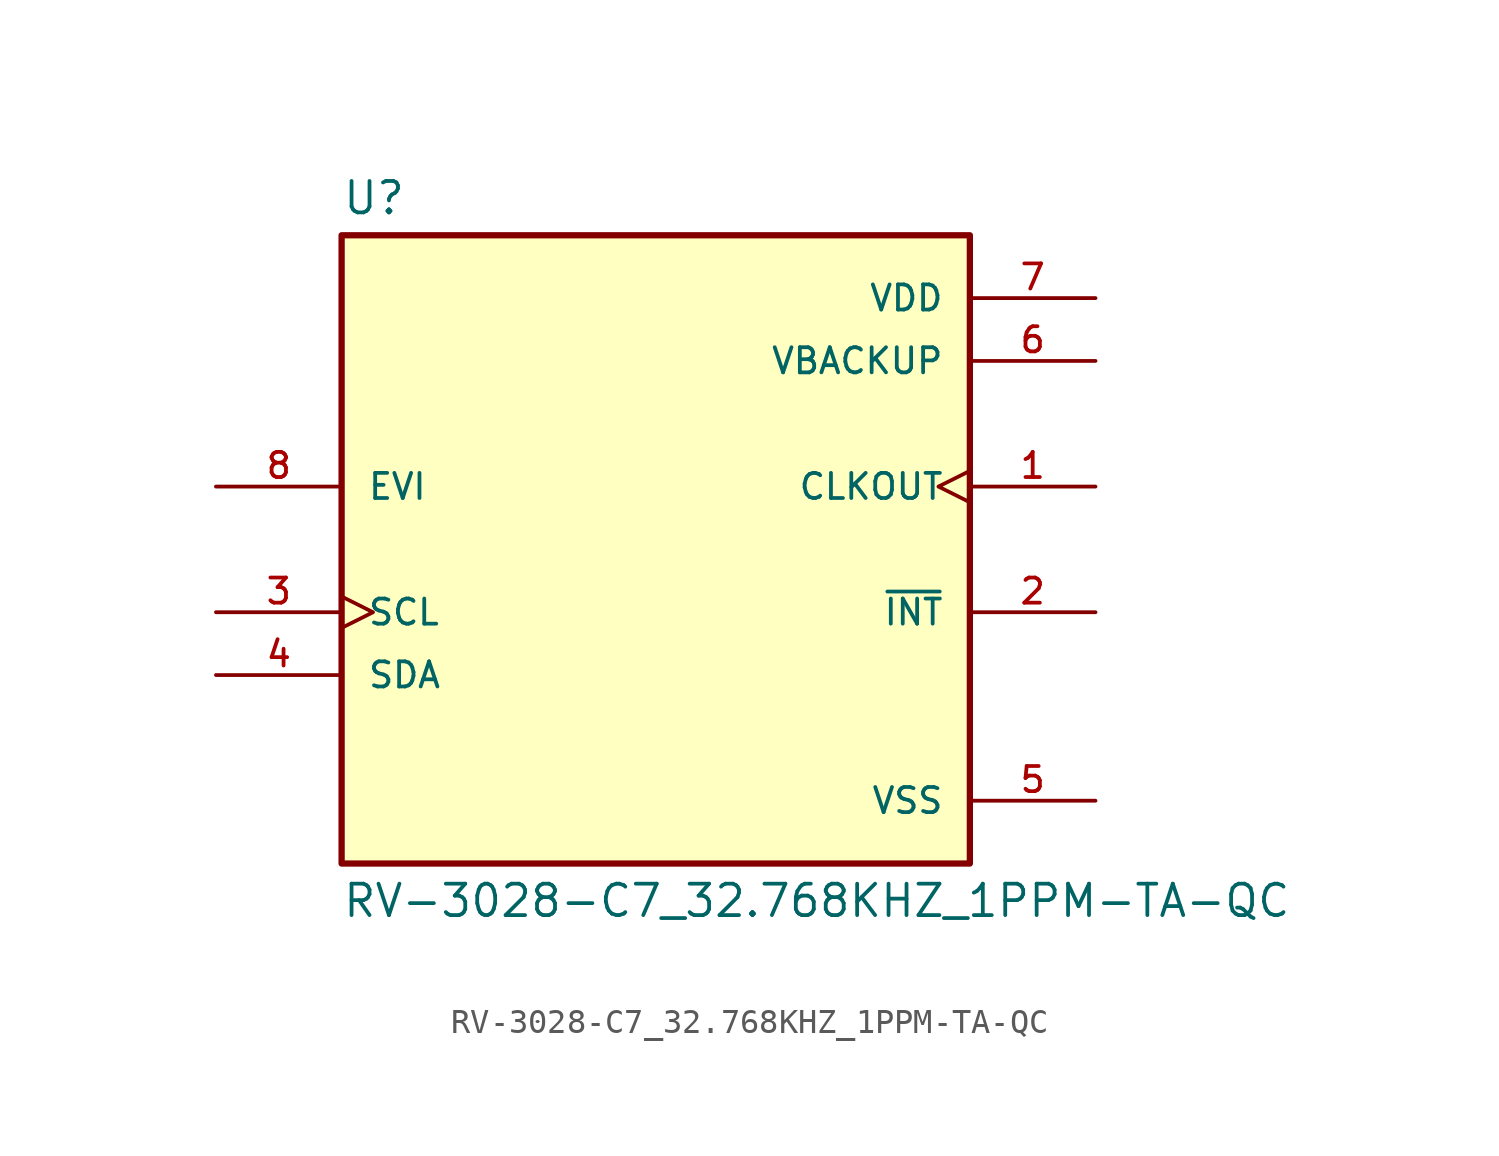
<source format=kicad_sym>
(kicad_symbol_lib
  (version 20211014)
  (generator kicad_symbol_editor)
  (symbol "RV-3028-C7_32.768KHZ_1PPM-TA-QC"
    (pin_names
      (offset 1.016))
    (property "Reference" "U"
      (at -12.7 13.462 0)
      (effects (font (size 1.27 1.27)) (justify bottom left)))
    (property "Value" "RV-3028-C7_32.768KHZ_1PPM-TA-QC"
      (at -12.7 -13.462 0)
      (effects (font (size 1.27 1.27)) (justify top left)))
    (symbol "RV-3028-C7_32.768KHZ_1PPM-TA-QC_0_0"
      (rectangle (start -12.7 -12.7) (end 12.7 12.7) (stroke (width 0.254)) (fill (type background)))
      (pin power_in line (at 17.78 10.16 180.0) (length 5.08) (name "VDD" (effects (font (size 1.016 1.016)))) (number "7" (effects (font (size 1.016 1.016)))))
      (pin power_in line (at 17.78 -10.16 180.0) (length 5.08) (name "VSS" (effects (font (size 1.016 1.016)))) (number "5" (effects (font (size 1.016 1.016)))))
      (pin output line (at 17.78 -2.54 180.0) (length 5.08) (name "~{INT}" (effects (font (size 1.016 1.016)))) (number "2" (effects (font (size 1.016 1.016)))))
      (pin output clock (at 17.78 2.54 180.0) (length 5.08) (name "CLKOUT" (effects (font (size 1.016 1.016)))) (number "1" (effects (font (size 1.016 1.016)))))
      (pin input line (at -17.78 2.54 0) (length 5.08) (name "EVI" (effects (font (size 1.016 1.016)))) (number "8" (effects (font (size 1.016 1.016)))))
      (pin input clock (at -17.78 -2.54 0) (length 5.08) (name "SCL" (effects (font (size 1.016 1.016)))) (number "3" (effects (font (size 1.016 1.016)))))
      (pin input line (at -17.78 -5.08 0) (length 5.08) (name "SDA" (effects (font (size 1.016 1.016)))) (number "4" (effects (font (size 1.016 1.016)))))
      (pin power_in line (at 17.78 7.62 180.0) (length 5.08) (name "VBACKUP" (effects (font (size 1.016 1.016)))) (number "6" (effects (font (size 1.016 1.016))))))))
</source>
